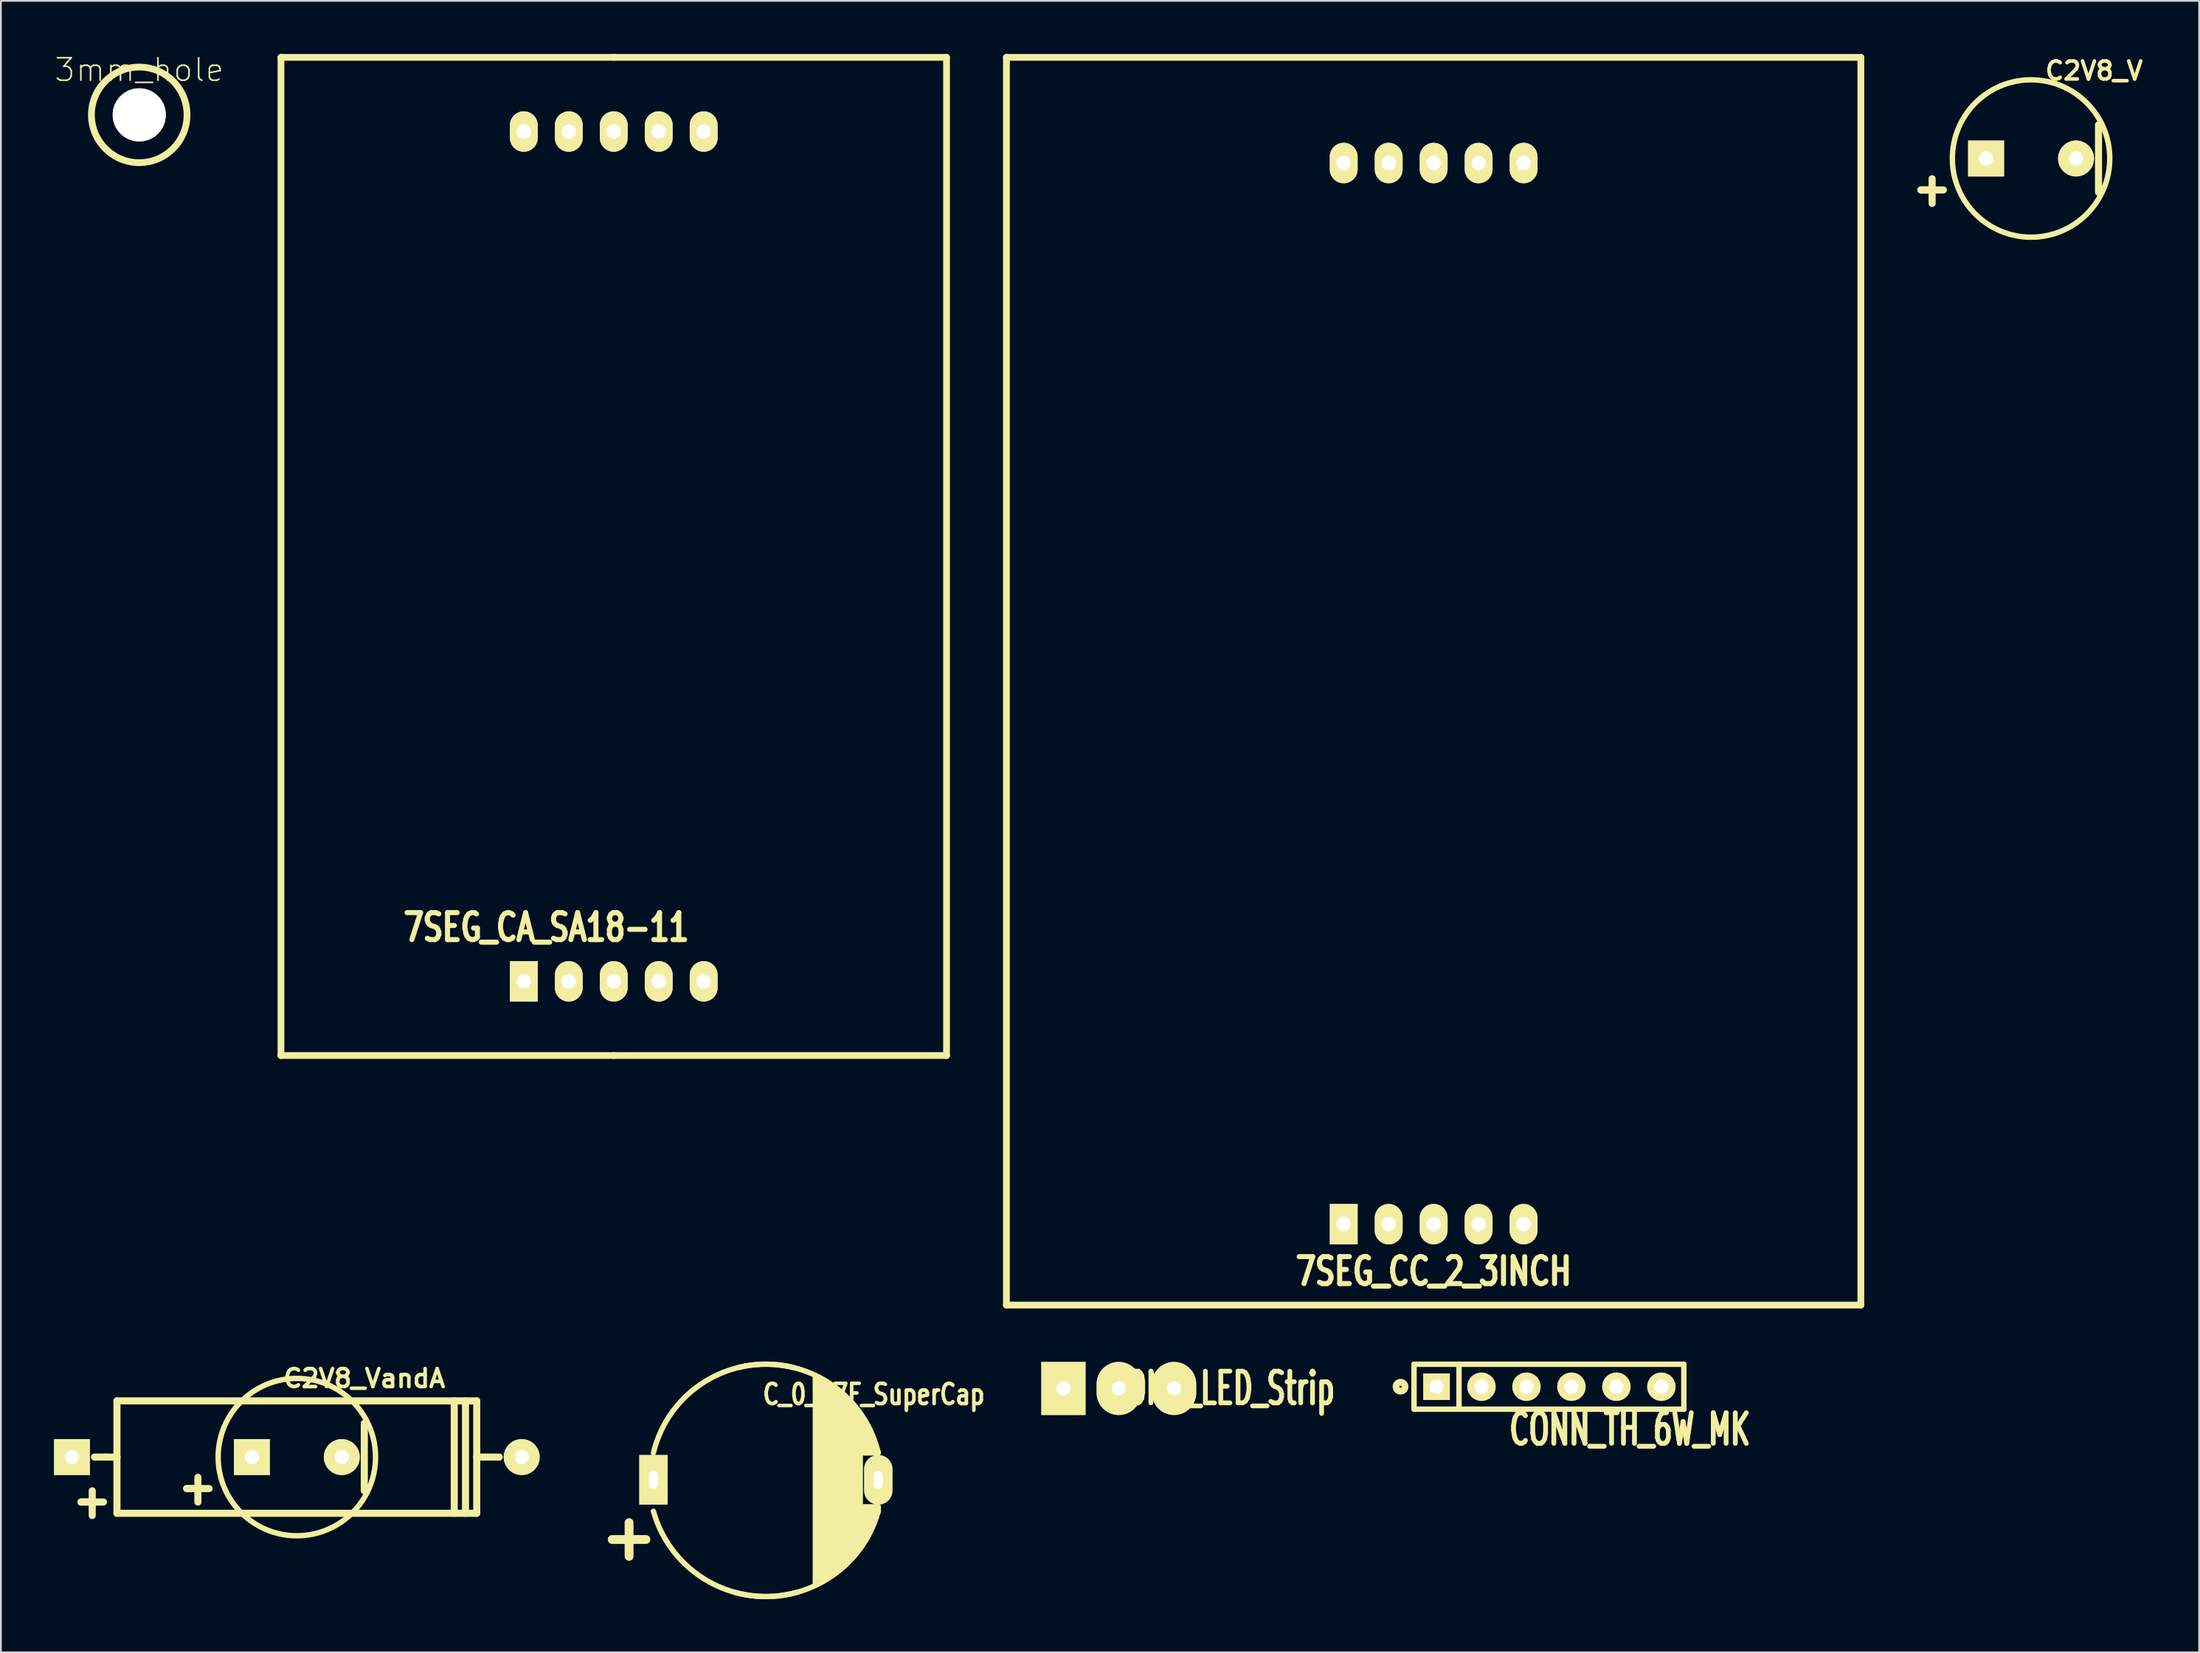
<source format=kicad_pcb>
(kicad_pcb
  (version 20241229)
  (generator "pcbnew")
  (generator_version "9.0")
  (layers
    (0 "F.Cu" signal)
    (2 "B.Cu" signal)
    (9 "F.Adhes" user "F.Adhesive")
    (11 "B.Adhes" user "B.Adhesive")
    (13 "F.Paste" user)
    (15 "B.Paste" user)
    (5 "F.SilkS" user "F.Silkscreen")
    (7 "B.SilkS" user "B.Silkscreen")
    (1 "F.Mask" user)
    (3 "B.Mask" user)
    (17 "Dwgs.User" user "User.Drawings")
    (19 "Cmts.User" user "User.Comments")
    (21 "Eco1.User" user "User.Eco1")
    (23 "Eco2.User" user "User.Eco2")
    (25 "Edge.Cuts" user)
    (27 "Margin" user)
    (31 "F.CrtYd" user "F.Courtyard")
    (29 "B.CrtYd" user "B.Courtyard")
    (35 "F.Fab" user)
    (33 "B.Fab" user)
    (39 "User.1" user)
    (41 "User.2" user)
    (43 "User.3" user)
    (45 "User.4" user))
  (footprint "3mm_hole"
    (layer "F.Cu")
    (at 4.814 3.439)
    (property "Reference" "3mm_hole" (at 0 -2.54 0) (layer "F.SilkS") (effects (font (size 1.27 1.27) (thickness 0.089))))
    (attr exclude_from_pos_files exclude_from_bom)
    (fp_circle (center 0 0) (end 2.032 1.778) (stroke (width 0.381) (type solid)) (fill no) (layer "F.SilkS"))
    (pad "" np_thru_hole circle (at 0 0) (size 3 3) (drill 3) (layers "*.Cu" "*.Mask" "F.SilkS")))
  (footprint "C2V8_V"
    (layer "F.Cu")
    (at 111.665 5.904)
    (property "Reference" "C2V8_V" (at 3.556 -4.953 0) (layer "F.SilkS") (effects (font (size 1.016 1.016) (thickness 0.203))))
    (attr through_hole)
    (fp_line (start -6.223 1.778) (end -4.953 1.778) (stroke (width 0.4) (type solid)) (layer "F.SilkS"))
    (fp_line (start -5.588 1.143) (end -5.588 2.54) (stroke (width 0.4) (type solid)) (layer "F.SilkS"))
    (fp_line (start -5.588 1.778) (end -6.223 1.778) (stroke (width 0.4) (type solid)) (layer "F.SilkS"))
    (fp_line (start 3.81 1.905) (end 3.81 -1.905) (stroke (width 0.4) (type solid)) (layer "F.SilkS"))
    (fp_circle (center 0 0) (end -4.445 0) (stroke (width 0.305) (type solid)) (fill no) (layer "F.SilkS"))
    (pad "1" thru_hole rect (at -2.54 0) (size 2.032 2.032) (drill 0.8) (layers "*.Cu" "*.Mask" "F.SilkS"))
    (pad "2" thru_hole circle (at 2.54 0) (size 2.032 2.032) (drill 0.8) (layers "*.Cu" "*.Mask" "F.SilkS")))
  (footprint "C2V8_VandA"
    (layer "F.Cu")
    (at 13.716 79.262)
    (property "Reference" "C2V8_VandA" (at 3.81 -4.445 0) (layer "F.SilkS") (effects (font (size 1.016 1.016) (thickness 0.203))))
    (attr through_hole)
    (fp_line (start -12.192 2.54) (end -10.922 2.54) (stroke (width 0.4) (type solid)) (layer "F.SilkS"))
    (fp_line (start -11.557 1.905) (end -11.557 3.302) (stroke (width 0.4) (type solid)) (layer "F.SilkS"))
    (fp_line (start -11.557 2.54) (end -12.192 2.54) (stroke (width 0.4) (type solid)) (layer "F.SilkS"))
    (fp_line (start -11.43 0) (end -10.795 0) (stroke (width 0.4) (type solid)) (layer "F.SilkS"))
    (fp_line (start -10.795 0) (end -10.16 0) (stroke (width 0.4) (type solid)) (layer "F.SilkS"))
    (fp_line (start -10.16 -3.175) (end 10.16 -3.175) (stroke (width 0.4) (type solid)) (layer "F.SilkS"))
    (fp_line (start -10.16 0) (end -10.16 -3.175) (stroke (width 0.4) (type solid)) (layer "F.SilkS"))
    (fp_line (start -10.16 3.175) (end -10.16 0) (stroke (width 0.4) (type solid)) (layer "F.SilkS"))
    (fp_line (start -6.223 1.778) (end -4.953 1.778) (stroke (width 0.4) (type solid)) (layer "F.SilkS"))
    (fp_line (start -5.588 1.143) (end -5.588 2.54) (stroke (width 0.4) (type solid)) (layer "F.SilkS"))
    (fp_line (start -5.588 1.778) (end -6.223 1.778) (stroke (width 0.4) (type solid)) (layer "F.SilkS"))
    (fp_line (start 3.81 1.905) (end 3.81 -1.905) (stroke (width 0.4) (type solid)) (layer "F.SilkS"))
    (fp_line (start 8.89 3.175) (end 8.89 -3.175) (stroke (width 0.4) (type solid)) (layer "F.SilkS"))
    (fp_line (start 9.525 3.175) (end 9.525 -3.175) (stroke (width 0.4) (type solid)) (layer "F.SilkS"))
    (fp_line (start 10.16 -3.175) (end 10.16 3.175) (stroke (width 0.4) (type solid)) (layer "F.SilkS"))
    (fp_line (start 10.16 0) (end 11.43 0) (stroke (width 0.4) (type solid)) (layer "F.SilkS"))
    (fp_line (start 10.16 3.175) (end -10.16 3.175) (stroke (width 0.4) (type solid)) (layer "F.SilkS"))
    (fp_circle (center 0 0) (end -4.445 0) (stroke (width 0.305) (type solid)) (fill no) (layer "F.SilkS"))
    (pad "1" thru_hole rect (at -12.7 0) (size 2.032 2.032) (drill 0.8) (layers "*.Cu" "*.Mask" "F.SilkS"))
    (pad "1" thru_hole rect (at -2.54 0) (size 2.032 2.032) (drill 0.8) (layers "*.Cu" "*.Mask" "F.SilkS"))
    (pad "2" thru_hole circle (at 2.54 0) (size 2.032 2.032) (drill 0.8) (layers "*.Cu" "*.Mask" "F.SilkS"))
    (pad "2" thru_hole circle (at 12.7 0) (size 2.032 2.032) (drill 0.8) (layers "*.Cu" "*.Mask" "F.SilkS")))
  (footprint "CONN_LED_Strip"
    (layer "F.Cu")
    (at 57.012 75.386)
    (property "Reference" "CONN_LED_Strip" (at 8.89 0 0) (layer "F.SilkS") (effects (font (size 1.791 1.077) (thickness 0.269))))
    (attr through_hole)
    (pad "1" thru_hole rect (at 0 0) (size 2.5 3) (drill 0.8) (layers "*.Cu" "*.Mask" "F.SilkS"))
    (pad "2" thru_hole oval (at 3.125 0) (size 2.5 3) (drill 0.8) (layers "*.Cu" "*.Mask" "F.SilkS"))
    (pad "3" thru_hole oval (at 6.25 0) (size 2.5 3) (drill 0.8) (layers "*.Cu" "*.Mask" "F.SilkS")))
  (footprint "7SEG_CA_SA18-11"
    (layer "F.Cu")
    (at 31.615 52.514)
    (property "Reference" "7SEG_CA_SA18-11" (at -3.81 -3.175 0) (layer "F.SilkS") (effects (font (size 1.524 1.143) (thickness 0.287))))
    (attr through_hole)
    (fp_line (start -18.796 -52.324) (end -18.796 4.064) (stroke (width 0.381) (type solid)) (layer "F.SilkS"))
    (fp_line (start -18.796 -52.324) (end 0 -52.324) (stroke (width 0.381) (type solid)) (layer "F.SilkS"))
    (fp_line (start -18.796 4.064) (end 0 4.064) (stroke (width 0.381) (type solid)) (layer "F.SilkS"))
    (fp_line (start 0 -52.324) (end 18.796 -52.324) (stroke (width 0.381) (type solid)) (layer "F.SilkS"))
    (fp_line (start 0 4.064) (end 18.796 4.064) (stroke (width 0.381) (type solid)) (layer "F.SilkS"))
    (fp_line (start 18.796 4.064) (end 18.796 -52.324) (stroke (width 0.381) (type solid)) (layer "F.SilkS"))
    (pad "1" thru_hole rect (at -5.08 -0.127) (size 1.575 2.286) (drill 0.813) (layers "*.Cu" "*.Mask" "F.SilkS"))
    (pad "2" thru_hole oval (at -2.54 -0.127) (size 1.575 2.286) (drill 0.813) (layers "*.Cu" "*.Mask" "F.SilkS"))
    (pad "3" thru_hole oval (at 0 -0.127) (size 1.575 2.286) (drill 0.813) (layers "*.Cu" "*.Mask" "F.SilkS"))
    (pad "4" thru_hole oval (at 2.54 -0.127) (size 1.575 2.286) (drill 0.813) (layers "*.Cu" "*.Mask" "F.SilkS"))
    (pad "5" thru_hole oval (at 5.08 -0.127) (size 1.575 2.286) (drill 0.813) (layers "*.Cu" "*.Mask" "F.SilkS"))
    (pad "6" thru_hole oval (at 5.08 -48.133) (size 1.575 2.286) (drill 0.813) (layers "*.Cu" "*.Mask" "F.SilkS"))
    (pad "7" thru_hole oval (at 2.54 -48.133) (size 1.575 2.286) (drill 0.813) (layers "*.Cu" "*.Mask" "F.SilkS"))
    (pad "8" thru_hole oval (at 0 -48.133) (size 1.575 2.286) (drill 0.813) (layers "*.Cu" "*.Mask" "F.SilkS"))
    (pad "9" thru_hole oval (at -2.54 -48.133) (size 1.575 2.286) (drill 0.813) (layers "*.Cu" "*.Mask" "F.SilkS"))
    (pad "10" thru_hole oval (at -5.08 -48.133) (size 1.575 2.286) (drill 0.813) (layers "*.Cu" "*.Mask" "F.SilkS")))
  (footprint "C_0_47F_SuperCap"
    (layer "F.Cu")
    (at 40.206 80.546)
    (property "Reference" "C_0_47F_SuperCap" (at 6.096 -4.826 0) (layer "F.SilkS") (effects (font (size 1.143 0.889) (thickness 0.203))))
    (attr through_hole)
    (fp_line (start 2.794 5.842) (end 2.794 -5.842) (stroke (width 0.3) (type solid)) (layer "F.SilkS"))
    (fp_line (start 3.048 -5.588) (end 3.048 5.588) (stroke (width 0.3) (type solid)) (layer "F.SilkS"))
    (fp_line (start 3.048 -5.588) (end 4.064 -4.826) (stroke (width 0.3) (type solid)) (layer "F.SilkS"))
    (fp_line (start 3.048 5.588) (end 3.81 5.08) (stroke (width 0.3) (type solid)) (layer "F.SilkS"))
    (fp_line (start 3.302 5.588) (end 3.302 -5.334) (stroke (width 0.3) (type solid)) (layer "F.SilkS"))
    (fp_line (start 3.556 5.334) (end 3.556 -5.08) (stroke (width 0.3) (type solid)) (layer "F.SilkS"))
    (fp_line (start 3.81 -5.08) (end 3.048 -5.588) (stroke (width 0.3) (type solid)) (layer "F.SilkS"))
    (fp_line (start 3.81 5.08) (end 3.81 -5.08) (stroke (width 0.3) (type solid)) (layer "F.SilkS"))
    (fp_line (start 4.064 -4.826) (end 4.064 5.08) (stroke (width 0.3) (type solid)) (layer "F.SilkS"))
    (fp_line (start 4.064 5.08) (end 4.318 4.572) (stroke (width 0.3) (type solid)) (layer "F.SilkS"))
    (fp_line (start 4.318 -4.826) (end 4.572 -4.318) (stroke (width 0.3) (type solid)) (layer "F.SilkS"))
    (fp_line (start 4.318 4.572) (end 4.318 -4.826) (stroke (width 0.3) (type solid)) (layer "F.SilkS"))
    (fp_line (start 4.572 -4.318) (end 4.572 4.572) (stroke (width 0.3) (type solid)) (layer "F.SilkS"))
    (fp_line (start 4.572 -4.318) (end 5.588 -1.778) (stroke (width 0.3) (type solid)) (layer "F.SilkS"))
    (fp_line (start 4.572 4.572) (end 4.826 4.064) (stroke (width 0.3) (type solid)) (layer "F.SilkS"))
    (fp_line (start 4.826 -4.064) (end 5.08 -3.81) (stroke (width 0.3) (type solid)) (layer "F.SilkS"))
    (fp_line (start 4.826 -1.778) (end 4.826 -1.524) (stroke (width 0.3) (type solid)) (layer "F.SilkS"))
    (fp_line (start 4.826 -1.524) (end 6.35 -1.524) (stroke (width 0.3) (type solid)) (layer "F.SilkS"))
    (fp_line (start 4.826 4.064) (end 4.826 -4.064) (stroke (width 0.3) (type solid)) (layer "F.SilkS"))
    (fp_line (start 4.826 4.064) (end 5.08 3.81) (stroke (width 0.3) (type solid)) (layer "F.SilkS"))
    (fp_line (start 5.08 -3.81) (end 5.08 3.81) (stroke (width 0.3) (type solid)) (layer "F.SilkS"))
    (fp_line (start 5.08 1.524) (end 6.35 1.524) (stroke (width 0.3) (type solid)) (layer "F.SilkS"))
    (fp_line (start 5.08 2.032) (end 6.096 2.032) (stroke (width 0.3) (type solid)) (layer "F.SilkS"))
    (fp_line (start 5.08 3.81) (end 5.334 3.556) (stroke (width 0.3) (type solid)) (layer "F.SilkS"))
    (fp_line (start 5.334 -3.556) (end 5.588 -3.048) (stroke (width 0.3) (type solid)) (layer "F.SilkS"))
    (fp_line (start 5.334 2.286) (end 5.588 2.54) (stroke (width 0.3) (type solid)) (layer "F.SilkS"))
    (fp_line (start 5.334 2.54) (end 5.588 2.794) (stroke (width 0.3) (type solid)) (layer "F.SilkS"))
    (fp_line (start 5.334 3.556) (end 5.334 -3.556) (stroke (width 0.3) (type solid)) (layer "F.SilkS"))
    (fp_line (start 5.334 3.556) (end 5.588 2.794) (stroke (width 0.3) (type solid)) (layer "F.SilkS"))
    (fp_line (start 5.588 -3.048) (end 5.588 -1.524) (stroke (width 0.3) (type solid)) (layer "F.SilkS"))
    (fp_line (start 5.588 -1.778) (end 4.826 -1.778) (stroke (width 0.3) (type solid)) (layer "F.SilkS"))
    (fp_line (start 5.588 -1.778) (end 5.842 -2.794) (stroke (width 0.3) (type solid)) (layer "F.SilkS"))
    (fp_line (start 5.588 -1.524) (end 6.096 -1.524) (stroke (width 0.3) (type solid)) (layer "F.SilkS"))
    (fp_line (start 5.588 2.54) (end 5.842 2.54) (stroke (width 0.3) (type solid)) (layer "F.SilkS"))
    (fp_line (start 5.842 -2.794) (end 4.572 -4.318) (stroke (width 0.3) (type solid)) (layer "F.SilkS"))
    (fp_line (start 5.842 -2.54) (end 5.842 -2.286) (stroke (width 0.3) (type solid)) (layer "F.SilkS"))
    (fp_line (start 5.842 -2.286) (end 5.588 -1.778) (stroke (width 0.3) (type solid)) (layer "F.SilkS"))
    (fp_line (start 5.842 -2.032) (end 6.096 -2.286) (stroke (width 0.3) (type solid)) (layer "F.SilkS"))
    (fp_line (start 5.842 -1.778) (end 6.096 -1.778) (stroke (width 0.3) (type solid)) (layer "F.SilkS"))
    (fp_line (start 5.842 2.54) (end 5.334 3.556) (stroke (width 0.3) (type solid)) (layer "F.SilkS"))
    (fp_line (start 6.096 -2.286) (end 5.842 -2.54) (stroke (width 0.3) (type solid)) (layer "F.SilkS"))
    (fp_line (start 6.096 -1.778) (end 5.842 -2.032) (stroke (width 0.3) (type solid)) (layer "F.SilkS"))
    (fp_line (start 6.096 -1.524) (end 5.842 -1.778) (stroke (width 0.3) (type solid)) (layer "F.SilkS"))
    (fp_line (start 6.096 2.286) (end 5.588 2.286) (stroke (width 0.3) (type solid)) (layer "F.SilkS"))
    (fp_line (start 6.35 1.524) (end 6.35 1.778) (stroke (width 0.3) (type solid)) (layer "F.SilkS"))
    (fp_line (start 6.35 1.778) (end 5.08 1.778) (stroke (width 0.3) (type solid)) (layer "F.SilkS"))
    (fp_arc (start -6.35 -1.524) (mid -3.412497 -5.567759) (end 1.524 -6.35) (stroke (width 0.3) (type solid)) (layer "F.SilkS"))
    (fp_arc (start -1.524 -6.35) (mid 3.412497 -5.567759) (end 6.35 -1.524) (stroke (width 0.3) (type solid)) (layer "F.SilkS"))
    (fp_arc (start 1.778 6.35) (mid -3.232892 5.747364) (end -6.35 1.778) (stroke (width 0.3) (type solid)) (layer "F.SilkS"))
    (fp_arc (start 6.35 1.778) (mid 3.232892 5.747364) (end -1.778 6.35) (stroke (width 0.3) (type solid)) (layer "F.SilkS"))
    (fp_text user "+" (at -7.726 3.194 0) (layer "F.SilkS") (effects (font (size 2.5 2.5) (thickness 0.5))))
    (pad "1" thru_hole rect (at -6.35 0) (size 1.6 2.8) (drill oval 0.5 1) (layers "*.Cu" "*.Mask" "F.SilkS"))
    (pad "2" thru_hole oval (at 6.35 0) (size 1.6 2.8) (drill oval 0.5 1) (layers "*.Cu" "*.Mask" "F.SilkS")))
  (footprint "7SEG_CC_2_3INCH"
    (layer "F.Cu")
    (at 77.922 66.231)
    (property "Reference" "7SEG_CC_2_3INCH" (at 0 2.54 0) (layer "F.SilkS") (effects (font (size 1.524 1.143) (thickness 0.287))))
    (attr through_hole)
    (fp_line (start -24.13 4.445) (end -24.13 -66.04) (stroke (width 0.381) (type solid)) (layer "F.SilkS"))
    (fp_line (start -24.13 4.445) (end 24.13 4.445) (stroke (width 0.381) (type solid)) (layer "F.SilkS"))
    (fp_line (start 24.13 -66.04) (end -24.13 -66.04) (stroke (width 0.381) (type solid)) (layer "F.SilkS"))
    (fp_line (start 24.13 4.445) (end 24.13 -66.04) (stroke (width 0.381) (type solid)) (layer "F.SilkS"))
    (pad "1" thru_hole rect (at -5.08 -0.127) (size 1.575 2.286) (drill 0.813) (layers "*.Cu" "*.Mask" "F.SilkS"))
    (pad "2" thru_hole oval (at -2.54 -0.127) (size 1.575 2.286) (drill 0.813) (layers "*.Cu" "*.Mask" "F.SilkS"))
    (pad "3" thru_hole oval (at 0 -0.127) (size 1.575 2.286) (drill 0.813) (layers "*.Cu" "*.Mask" "F.SilkS"))
    (pad "4" thru_hole oval (at 2.54 -0.127) (size 1.575 2.286) (drill 0.813) (layers "*.Cu" "*.Mask" "F.SilkS"))
    (pad "5" thru_hole oval (at 5.08 -0.127) (size 1.575 2.286) (drill 0.813) (layers "*.Cu" "*.Mask" "F.SilkS"))
    (pad "6" thru_hole oval (at 5.08 -60.071) (size 1.575 2.286) (drill 0.813) (layers "*.Cu" "*.Mask" "F.SilkS"))
    (pad "7" thru_hole oval (at 2.54 -60.071) (size 1.575 2.286) (drill 0.813) (layers "*.Cu" "*.Mask" "F.SilkS"))
    (pad "8" thru_hole oval (at 0 -60.071) (size 1.575 2.286) (drill 0.813) (layers "*.Cu" "*.Mask" "F.SilkS"))
    (pad "9" thru_hole oval (at -2.54 -60.071) (size 1.575 2.286) (drill 0.813) (layers "*.Cu" "*.Mask" "F.SilkS"))
    (pad "10" thru_hole oval (at -5.08 -60.071) (size 1.575 2.286) (drill 0.813) (layers "*.Cu" "*.Mask" "F.SilkS")))
  (footprint "CONN_TH_6W_MK"
    (layer "F.Cu")
    (at 84.435 75.288)
    (property "Reference" "CONN_TH_6W_MK" (at 4.572 2.413 0) (layer "F.SilkS") (effects (font (size 1.73 1.087) (thickness 0.272))))
    (attr through_hole)
    (fp_line (start -7.62 -1.27) (end 7.62 -1.27) (stroke (width 0.305) (type solid)) (layer "F.SilkS"))
    (fp_line (start -7.62 1.27) (end -7.62 -1.27) (stroke (width 0.305) (type solid)) (layer "F.SilkS"))
    (fp_line (start -5.08 1.27) (end -5.08 -1.27) (stroke (width 0.305) (type solid)) (layer "F.SilkS"))
    (fp_line (start 7.62 -1.27) (end 7.62 1.27) (stroke (width 0.305) (type solid)) (layer "F.SilkS"))
    (fp_line (start 7.62 1.27) (end -7.62 1.27) (stroke (width 0.305) (type solid)) (layer "F.SilkS"))
    (fp_circle (center -8.382 0) (end -8.128 0) (stroke (width 0.381) (type solid)) (fill no) (layer "F.SilkS"))
    (pad "1" thru_hole rect (at -6.35 0) (size 1.5 1.5) (drill 0.8) (layers "*.Cu" "*.Mask" "F.SilkS"))
    (pad "2" thru_hole circle (at -3.81 0) (size 1.6 1.6) (drill 0.8) (layers "*.Cu" "*.Mask" "F.SilkS"))
    (pad "3" thru_hole circle (at -1.27 0) (size 1.6 1.6) (drill 0.8) (layers "*.Cu" "*.Mask" "F.SilkS"))
    (pad "4" thru_hole circle (at 1.27 0) (size 1.6 1.6) (drill 0.8) (layers "*.Cu" "*.Mask" "F.SilkS"))
    (pad "5" thru_hole circle (at 3.81 0) (size 1.6 1.6) (drill 0.8) (layers "*.Cu" "*.Mask" "F.SilkS"))
    (pad "6" thru_hole circle (at 6.35 0) (size 1.6 1.6) (drill 0.8) (layers "*.Cu" "*.Mask" "F.SilkS")))
  (gr_rect
    (start -3 -3)
    (end 121.158 90.291)
    (stroke (width 0.1) (type default))
    (fill no)
    (layer "Edge.Cuts")))
</source>
